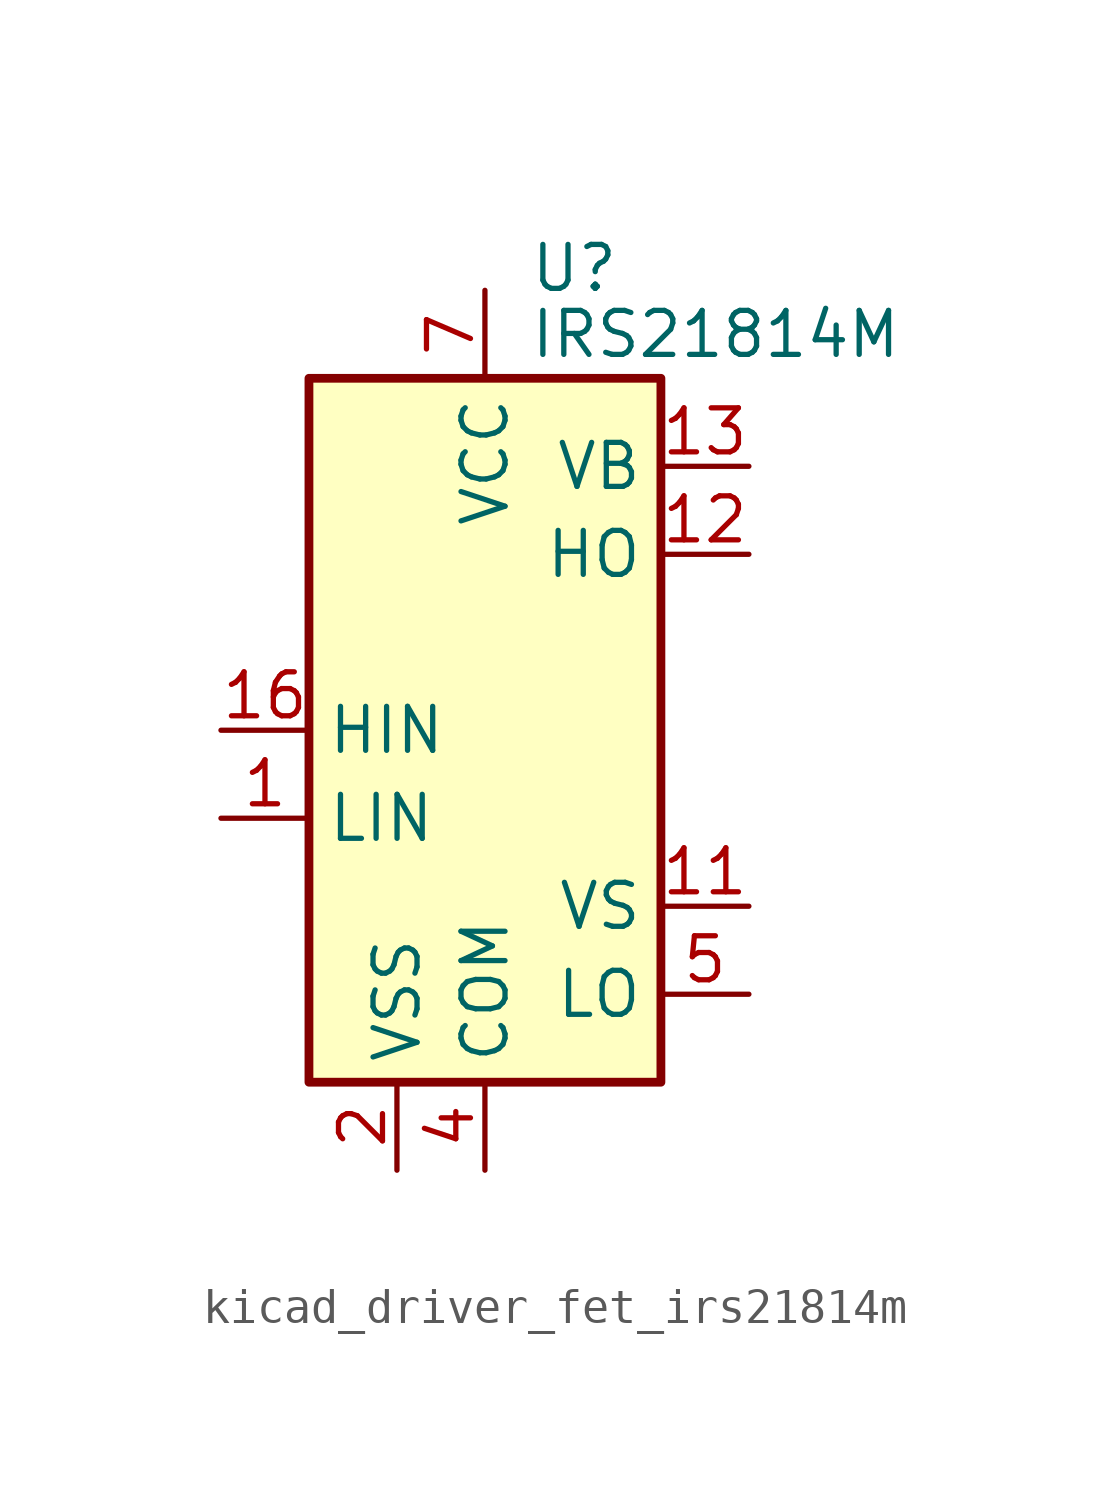
<source format=kicad_sym>
(kicad_symbol_lib
  (version 20220914)
  (generator kicad_symbol_editor)
  (symbol "kicad_driver_fet_irs21814m"
    (property "Reference" "U"
      (at 1.27 13.335 0)
      (effects (font (size 1.27 1.27)) (justify left)))
    (property "Value" "IRS21814M"
      (at 1.27 11.43 0)
      (effects (font (size 1.27 1.27)) (justify left)))
    (symbol "kicad_driver_fet_irs21814m_0_1"
      (rectangle (start -5.08 -10.16) (end 5.08 10.16) (stroke (width 0.254) (type default)) (fill (type background))))
    (symbol "kicad_driver_fet_irs21814m_1_1"
      (pin input line (at -7.62 -2.54 0) (length 2.54) (name "LIN" (effects (font (size 1.27 1.27)))) (number "1" (effects (font (size 1.27 1.27)))))
      (pin passive line (at 7.62 -5.08 180) (length 2.54) (name "VS" (effects (font (size 1.27 1.27)))) (number "11" (effects (font (size 1.27 1.27)))))
      (pin output line (at 7.62 5.08 180) (length 2.54) (name "HO" (effects (font (size 1.27 1.27)))) (number "12" (effects (font (size 1.27 1.27)))))
      (pin passive line (at 7.62 7.62 180) (length 2.54) (name "VB" (effects (font (size 1.27 1.27)))) (number "13" (effects (font (size 1.27 1.27)))))
      (pin no_connect line (at 5.08 0 180) (length 2.54) hide (name "NC" (effects (font (size 1.27 1.27)))) (number "14" (effects (font (size 1.27 1.27)))))
      (pin input line (at -7.62 0 0) (length 2.54) (name "HIN" (effects (font (size 1.27 1.27)))) (number "16" (effects (font (size 1.27 1.27)))))
      (pin passive line (at 0 -12.7 90) (length 2.54) hide (name "COM" (effects (font (size 1.27 1.27)))) (number "17" (effects (font (size 1.27 1.27)))))
      (pin power_in line (at -2.54 -12.7 90) (length 2.54) (name "VSS" (effects (font (size 1.27 1.27)))) (number "2" (effects (font (size 1.27 1.27)))))
      (pin no_connect line (at -5.08 7.62 0) (length 2.54) hide (name "NC" (effects (font (size 1.27 1.27)))) (number "3" (effects (font (size 1.27 1.27)))))
      (pin power_in line (at 0 -12.7 90) (length 2.54) (name "COM" (effects (font (size 1.27 1.27)))) (number "4" (effects (font (size 1.27 1.27)))))
      (pin output line (at 7.62 -7.62 180) (length 2.54) (name "LO" (effects (font (size 1.27 1.27)))) (number "5" (effects (font (size 1.27 1.27)))))
      (pin no_connect line (at -5.08 5.08 0) (length 2.54) hide (name "NC" (effects (font (size 1.27 1.27)))) (number "6" (effects (font (size 1.27 1.27)))))
      (pin power_in line (at 0 12.7 270) (length 2.54) (name "VCC" (effects (font (size 1.27 1.27)))) (number "7" (effects (font (size 1.27 1.27)))))
      (pin no_connect line (at -5.08 2.54 0) (length 2.54) hide (name "NC" (effects (font (size 1.27 1.27)))) (number "8" (effects (font (size 1.27 1.27)))))
      (pin no_connect line (at 5.08 2.54 180) (length 2.54) hide (name "NC" (effects (font (size 1.27 1.27)))) (number "9" (effects (font (size 1.27 1.27))))))))
</source>
